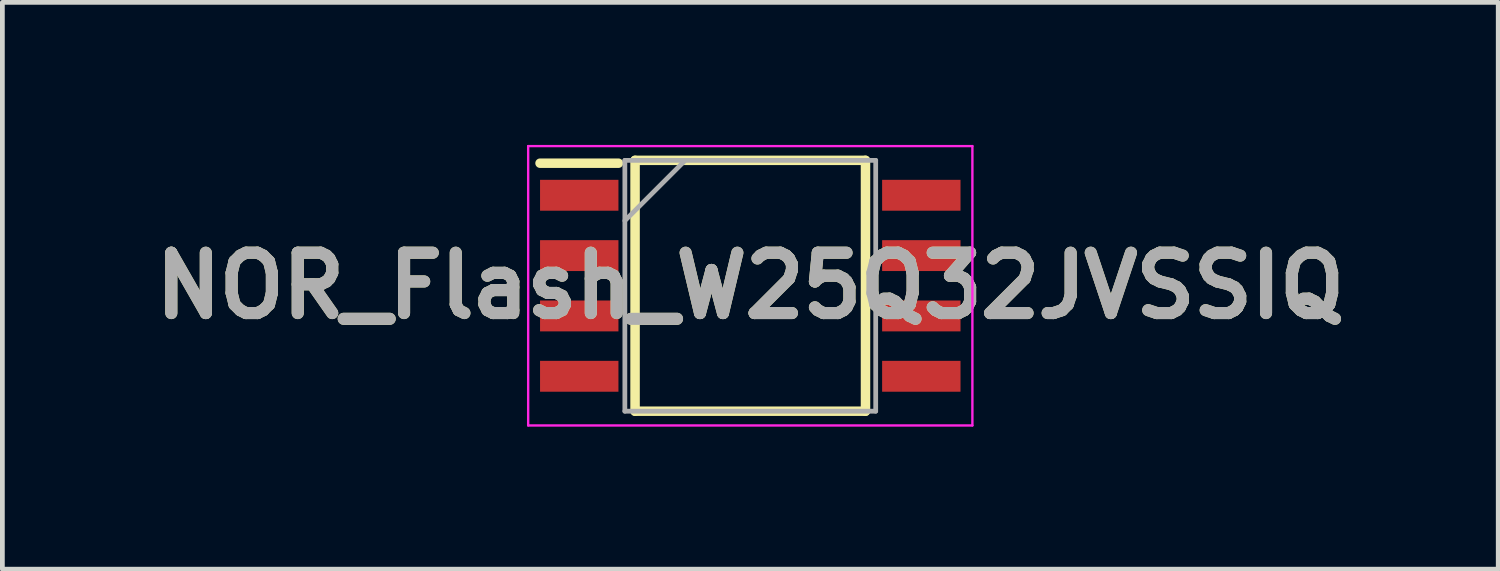
<source format=kicad_pcb>
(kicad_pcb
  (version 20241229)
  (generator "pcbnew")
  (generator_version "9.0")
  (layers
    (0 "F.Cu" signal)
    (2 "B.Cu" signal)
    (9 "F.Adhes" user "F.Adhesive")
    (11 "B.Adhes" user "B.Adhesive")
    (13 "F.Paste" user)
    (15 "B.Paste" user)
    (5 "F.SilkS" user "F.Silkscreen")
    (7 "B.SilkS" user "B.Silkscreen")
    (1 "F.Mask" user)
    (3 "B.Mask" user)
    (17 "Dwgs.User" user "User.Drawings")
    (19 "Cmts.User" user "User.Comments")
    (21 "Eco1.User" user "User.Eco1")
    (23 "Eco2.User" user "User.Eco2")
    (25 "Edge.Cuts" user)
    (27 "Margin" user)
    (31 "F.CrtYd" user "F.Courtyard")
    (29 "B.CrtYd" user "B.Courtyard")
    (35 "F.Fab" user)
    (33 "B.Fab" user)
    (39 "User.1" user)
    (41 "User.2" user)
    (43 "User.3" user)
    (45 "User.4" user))
  (footprint "NOR_Flash_W25Q32JVSSIQ"
    (layer "F.Cu")
    (at 12.742 2.965)
    (property "Reference" "NOR_Flash_W25Q32JVSSIQ" (at 0 0 0) (layer "F.SilkS") (effects (font (size 1.27 1.27) (thickness 0.254))))
    (attr smd)
    (fp_line (start -4.425 -2.58) (end -2.775 -2.58) (stroke (width 0.2) (type solid)) (layer "F.SilkS"))
    (fp_line (start -2.425 -2.64) (end 2.425 -2.64) (stroke (width 0.2) (type solid)) (layer "F.SilkS"))
    (fp_line (start -2.425 2.64) (end -2.425 -2.64) (stroke (width 0.2) (type solid)) (layer "F.SilkS"))
    (fp_line (start 2.425 -2.64) (end 2.425 2.64) (stroke (width 0.2) (type solid)) (layer "F.SilkS"))
    (fp_line (start 2.425 2.64) (end -2.425 2.64) (stroke (width 0.2) (type solid)) (layer "F.SilkS"))
    (fp_line (start -4.675 -2.94) (end 4.675 -2.94) (stroke (width 0.05) (type solid)) (layer "F.CrtYd"))
    (fp_line (start -4.675 2.94) (end -4.675 -2.94) (stroke (width 0.05) (type solid)) (layer "F.CrtYd"))
    (fp_line (start 4.675 -2.94) (end 4.675 2.94) (stroke (width 0.05) (type solid)) (layer "F.CrtYd"))
    (fp_line (start 4.675 2.94) (end -4.675 2.94) (stroke (width 0.05) (type solid)) (layer "F.CrtYd"))
    (fp_line (start -2.64 -2.64) (end 2.64 -2.64) (stroke (width 0.1) (type solid)) (layer "F.Fab"))
    (fp_line (start -2.64 -1.37) (end -1.37 -2.64) (stroke (width 0.1) (type solid)) (layer "F.Fab"))
    (fp_line (start -2.64 2.64) (end -2.64 -2.64) (stroke (width 0.1) (type solid)) (layer "F.Fab"))
    (fp_line (start 2.64 -2.64) (end 2.64 2.64) (stroke (width 0.1) (type solid)) (layer "F.Fab"))
    (fp_line (start 2.64 2.64) (end -2.64 2.64) (stroke (width 0.1) (type solid)) (layer "F.Fab"))
    (fp_text user "${REFERENCE}" (at 0 0 0) (layer "F.Fab") (effects (font (size 1.27 1.27) (thickness 0.254))))
    (pad "1" smd rect (at -3.6 -1.905 90) (size 0.65 1.65) (layers "F.Cu" "F.Mask" "F.Paste"))
    (pad "2" smd rect (at -3.6 -0.635 90) (size 0.65 1.65) (layers "F.Cu" "F.Mask" "F.Paste"))
    (pad "3" smd rect (at -3.6 0.635 90) (size 0.65 1.65) (layers "F.Cu" "F.Mask" "F.Paste"))
    (pad "4" smd rect (at -3.6 1.905 90) (size 0.65 1.65) (layers "F.Cu" "F.Mask" "F.Paste"))
    (pad "5" smd rect (at 3.6 1.905 90) (size 0.65 1.65) (layers "F.Cu" "F.Mask" "F.Paste"))
    (pad "6" smd rect (at 3.6 0.635 90) (size 0.65 1.65) (layers "F.Cu" "F.Mask" "F.Paste"))
    (pad "7" smd rect (at 3.6 -0.635 90) (size 0.65 1.65) (layers "F.Cu" "F.Mask" "F.Paste"))
    (pad "8" smd rect (at 3.6 -1.905 90) (size 0.65 1.65) (layers "F.Cu" "F.Mask" "F.Paste")))
  (gr_rect
    (start -3 -3)
    (end 28.485 8.93)
    (stroke (width 0.1) (type default))
    (fill no)
    (layer "Edge.Cuts")))
</source>
